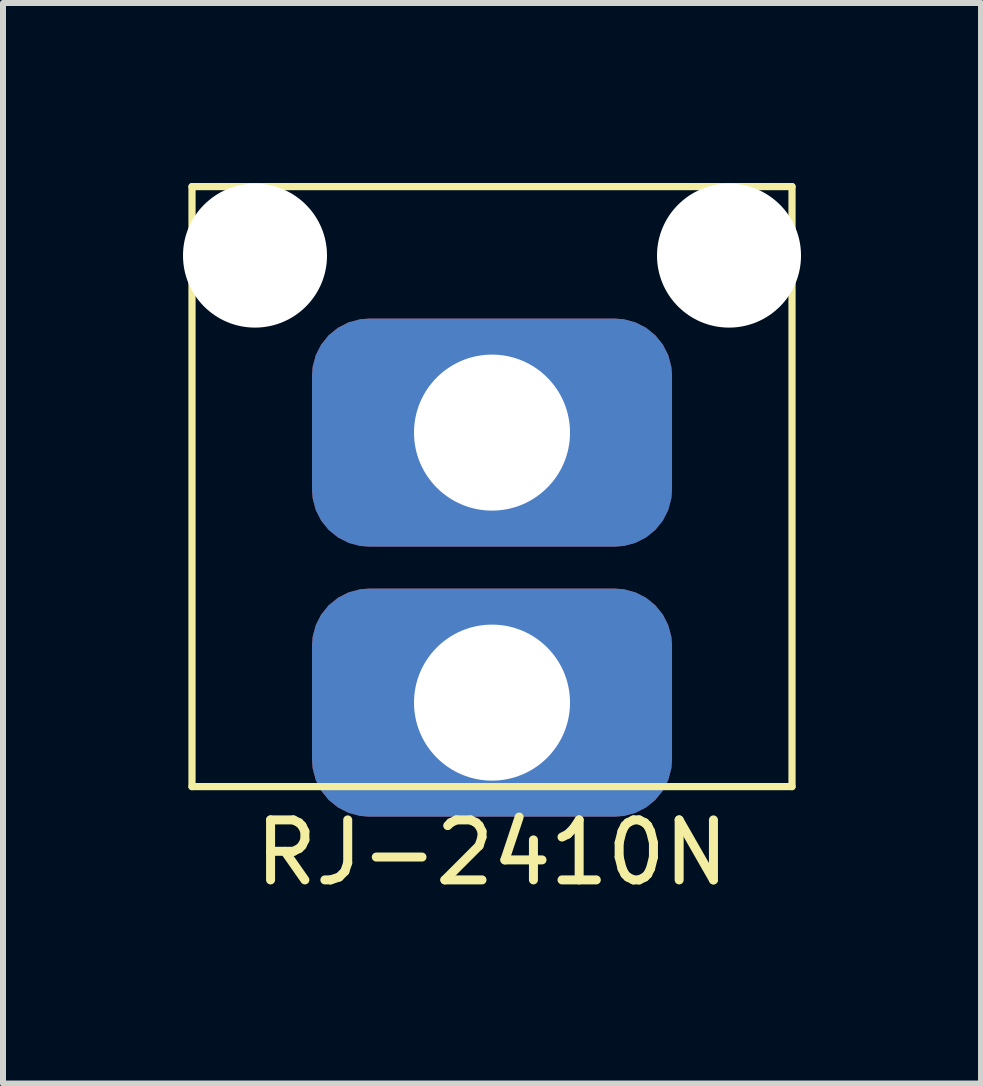
<source format=kicad_pcb>
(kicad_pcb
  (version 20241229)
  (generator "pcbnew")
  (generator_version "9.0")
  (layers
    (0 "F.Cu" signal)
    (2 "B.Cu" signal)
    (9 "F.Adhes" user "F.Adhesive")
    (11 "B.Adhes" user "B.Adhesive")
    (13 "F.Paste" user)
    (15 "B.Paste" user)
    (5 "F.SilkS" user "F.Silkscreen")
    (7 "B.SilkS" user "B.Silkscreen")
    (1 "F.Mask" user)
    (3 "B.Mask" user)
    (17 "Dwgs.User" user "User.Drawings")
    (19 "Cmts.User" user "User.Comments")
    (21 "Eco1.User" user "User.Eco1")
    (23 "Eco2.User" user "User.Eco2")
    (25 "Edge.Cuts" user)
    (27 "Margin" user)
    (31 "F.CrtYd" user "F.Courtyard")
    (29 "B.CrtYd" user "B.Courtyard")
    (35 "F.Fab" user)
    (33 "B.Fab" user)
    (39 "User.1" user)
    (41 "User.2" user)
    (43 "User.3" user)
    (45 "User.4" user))
  (footprint "RJ-2410N"
    (layer "F.Cu")
    (at 5.15 8.66)
    (property "Reference" "RJ-2410N" (at 0 2.5 0) (layer "F.SilkS") (effects (font (size 1 1) (thickness 0.15))))
    (attr through_hole)
    (fp_circle (center 0 -4.5) (end 0 -4.5) (stroke (width 3) (type solid)) (fill no) (layer "F.Mask"))
    (fp_circle (center 0 0) (end 0 0) (stroke (width 3) (type solid)) (fill no) (layer "F.Mask"))
    (fp_line (start -5 -8.6) (end 5 -8.6) (stroke (width 0.12) (type solid)) (layer "F.SilkS"))
    (fp_line (start -5 1.4) (end -5 -8.6) (stroke (width 0.12) (type solid)) (layer "F.SilkS"))
    (fp_line (start -5 1.4) (end 5 1.4) (stroke (width 0.12) (type solid)) (layer "F.SilkS"))
    (fp_line (start 5 1.4) (end 5 -8.6) (stroke (width 0.12) (type solid)) (layer "F.SilkS"))
    (pad "" np_thru_hole circle (at -3.95 -7.45) (size 2.4 2.4) (drill 2.4) (layers "*.Cu" "*.Mask"))
    (pad "" np_thru_hole circle (at 3.95 -7.45) (size 2.4 2.4) (drill 2.4) (layers "*.Cu" "*.Mask"))
    (pad "1" thru_hole roundrect (at 0 0) (size 6 3.8) (drill 2.6) (layers "*.Cu" "B.Mask") (roundrect_rratio 0.25))
    (pad "2" thru_hole roundrect (at 0 -4.5) (size 6 3.8) (drill 2.6) (layers "*.Cu" "B.Mask") (roundrect_rratio 0.25)))
  (gr_rect
    (start -3 -3)
    (end 13.3 15.008)
    (stroke (width 0.1) (type default))
    (fill no)
    (layer "Edge.Cuts")))
</source>
